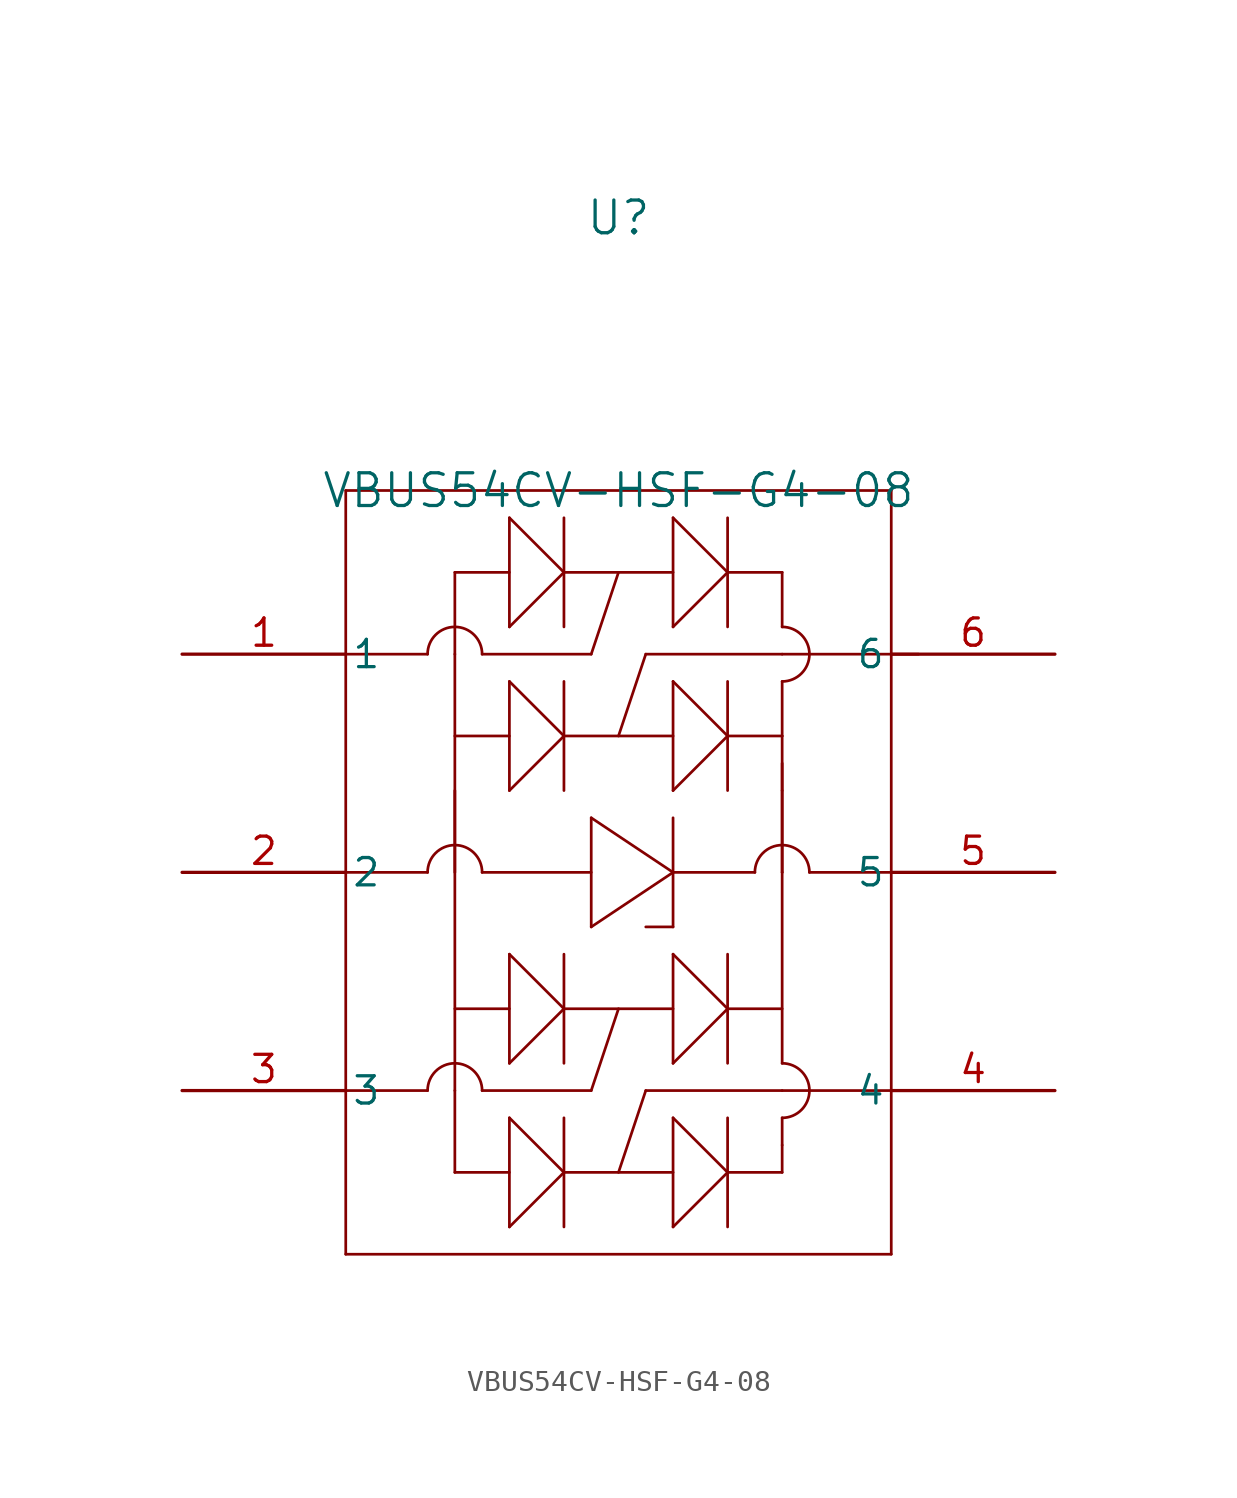
<source format=kicad_sym>
(kicad_symbol_lib
  (version 20211014)
  (generator kicad_symbol_editor)
  (symbol "VBUS54CV-HSF-G4-08"
    (pin_names
      (offset 0.254))
    (property "Reference" "U"
      (at 20.32 20.32 0)
      (effects (font (size 1.524 1.524))))
    (property "Value" "VBUS54CV-HSF-G4-08"
      (at 20.32 7.62 0)
      (effects (font (size 1.524 1.524))))
    (symbol "VBUS54CV-HSF-G4-08_0_1"
      (polyline (pts (xy 7.62 -10.16) (xy 7.62 -27.94)) (stroke (width 0.127) (type default) (color 0 0 0 0)) (fill (type none)))
      (polyline (pts (xy 7.62 -27.94) (xy 33.02 -27.94)) (stroke (width 0.127) (type default) (color 0 0 0 0)) (fill (type none)))
      (polyline (pts (xy 33.02 -27.94) (xy 33.02 -10.16)) (stroke (width 0.127) (type default) (color 0 0 0 0)) (fill (type none)))
      (polyline (pts (xy 33.02 7.62) (xy 7.62 7.62)) (stroke (width 0.127) (type default) (color 0 0 0 0)) (fill (type none)))
      (polyline (pts (xy 7.62 -10.16) (xy 7.62 7.62)) (stroke (width 0.127) (type default) (color 0 0 0 0)) (fill (type none)))
      (polyline (pts (xy 33.02 -10.16) (xy 33.02 7.62)) (stroke (width 0.127) (type default) (color 0 0 0 0)) (fill (type none)))
      (polyline (pts (xy 7.62 0) (xy 11.43 0)) (stroke (width 0.127) (type default) (color 0 0 0 0)) (fill (type none)))
      (polyline (pts (xy 12.7 0) (xy 12.7 -20.32)) (stroke (width 0.127) (type default) (color 0 0 0 0)) (fill (type none)))
      (polyline (pts (xy 12.7 -20.32) (xy 12.7 -24.13)) (stroke (width 0.127) (type default) (color 0 0 0 0)) (fill (type none)))
      (polyline (pts (xy 12.7 -24.13) (xy 15.24 -24.13)) (stroke (width 0.127) (type default) (color 0 0 0 0)) (fill (type none)))
      (polyline (pts (xy 15.24 -26.67) (xy 15.24 -21.59)) (stroke (width 0.127) (type default) (color 0 0 0 0)) (fill (type none)))
      (polyline (pts (xy 17.78 -24.13) (xy 15.24 -21.59)) (stroke (width 0.127) (type default) (color 0 0 0 0)) (fill (type none)))
      (polyline (pts (xy 15.24 -26.67) (xy 17.78 -24.13)) (stroke (width 0.127) (type default) (color 0 0 0 0)) (fill (type none)))
      (polyline (pts (xy 17.78 -26.67) (xy 17.78 -21.59)) (stroke (width 0.127) (type default) (color 0 0 0 0)) (fill (type none)))
      (polyline (pts (xy 17.78 -24.13) (xy 22.86 -24.13)) (stroke (width 0.127) (type default) (color 0 0 0 0)) (fill (type none)))
      (polyline (pts (xy 22.86 -26.67) (xy 22.86 -21.59)) (stroke (width 0.127) (type default) (color 0 0 0 0)) (fill (type none)))
      (polyline (pts (xy 22.86 -21.59) (xy 25.4 -24.13)) (stroke (width 0.127) (type default) (color 0 0 0 0)) (fill (type none)))
      (polyline (pts (xy 22.86 -26.67) (xy 25.4 -24.13)) (stroke (width 0.127) (type default) (color 0 0 0 0)) (fill (type none)))
      (polyline (pts (xy 25.4 -26.67) (xy 25.4 -21.59)) (stroke (width 0.127) (type default) (color 0 0 0 0)) (fill (type none)))
      (polyline (pts (xy 25.4 -24.13) (xy 27.94 -24.13)) (stroke (width 0.127) (type default) (color 0 0 0 0)) (fill (type none)))
      (polyline (pts (xy 27.94 -22.86) (xy 27.94 -21.59)) (stroke (width 0.127) (type default) (color 0 0 0 0)) (fill (type none)))
      (polyline (pts (xy 27.94 -20.32) (xy 33.02 -20.32)) (stroke (width 0.127) (type default) (color 0 0 0 0)) (fill (type none)))
      (polyline (pts (xy 27.94 -22.86) (xy 27.94 -24.13)) (stroke (width 0.127) (type default) (color 0 0 0 0)) (fill (type none)))
      (polyline (pts (xy 27.94 -20.32) (xy 21.59 -20.32)) (stroke (width 0.127) (type default) (color 0 0 0 0)) (fill (type none)))
      (polyline (pts (xy 21.59 -20.32) (xy 20.32 -24.13)) (stroke (width 0.127) (type default) (color 0 0 0 0)) (fill (type none)))
      (arc (start 27.94 -21.59) (mid 29.21 -20.32) (end 27.94 -19.05) (stroke (width 0.127) (type default) (color 0 0 0 0)) (fill (type none)))
      (polyline (pts (xy 27.94 0) (xy 21.59 0)) (stroke (width 0.127) (type default) (color 0 0 0 0)) (fill (type none)))
      (polyline (pts (xy 21.59 0) (xy 20.32 -3.81)) (stroke (width 0.127) (type default) (color 0 0 0 0)) (fill (type none)))
      (polyline (pts (xy 12.7 -3.81) (xy 15.24 -3.81)) (stroke (width 0.127) (type default) (color 0 0 0 0)) (fill (type none)))
      (polyline (pts (xy 15.24 -6.35) (xy 15.24 -1.27)) (stroke (width 0.127) (type default) (color 0 0 0 0)) (fill (type none)))
      (polyline (pts (xy 17.78 -3.81) (xy 15.24 -1.27)) (stroke (width 0.127) (type default) (color 0 0 0 0)) (fill (type none)))
      (polyline (pts (xy 15.24 -6.35) (xy 17.78 -3.81)) (stroke (width 0.127) (type default) (color 0 0 0 0)) (fill (type none)))
      (polyline (pts (xy 17.78 -6.35) (xy 17.78 -1.27)) (stroke (width 0.127) (type default) (color 0 0 0 0)) (fill (type none)))
      (polyline (pts (xy 17.78 -3.81) (xy 22.86 -3.81)) (stroke (width 0.127) (type default) (color 0 0 0 0)) (fill (type none)))
      (polyline (pts (xy 22.86 -6.35) (xy 22.86 -1.27)) (stroke (width 0.127) (type default) (color 0 0 0 0)) (fill (type none)))
      (polyline (pts (xy 22.86 -1.27) (xy 25.4 -3.81)) (stroke (width 0.127) (type default) (color 0 0 0 0)) (fill (type none)))
      (polyline (pts (xy 22.86 -6.35) (xy 25.4 -3.81)) (stroke (width 0.127) (type default) (color 0 0 0 0)) (fill (type none)))
      (polyline (pts (xy 25.4 -6.35) (xy 25.4 -1.27)) (stroke (width 0.127) (type default) (color 0 0 0 0)) (fill (type none)))
      (polyline (pts (xy 25.4 -3.81) (xy 27.94 -3.81)) (stroke (width 0.127) (type default) (color 0 0 0 0)) (fill (type none)))
      (arc (start 27.94 -1.27) (mid 29.21 0) (end 27.94 1.27) (stroke (width 0.127) (type default) (color 0 0 0 0)) (fill (type none)))
      (polyline (pts (xy 27.94 -1.27) (xy 27.94 -3.81)) (stroke (width 0.127) (type default) (color 0 0 0 0)) (fill (type none)))
      (polyline (pts (xy 27.94 0) (xy 34.29 0)) (stroke (width 0.127) (type default) (color 0 0 0 0)) (fill (type none)))
      (polyline (pts (xy 33.02 -10.16) (xy 29.21 -10.16)) (stroke (width 0.127) (type default) (color 0 0 0 0)) (fill (type none)))
      (polyline (pts (xy 27.94 -10.16) (xy 27.94 -19.05)) (stroke (width 0.127) (type default) (color 0 0 0 0)) (fill (type none)))
      (polyline (pts (xy 27.94 -10.16) (xy 27.94 -5.08)) (stroke (width 0.127) (type default) (color 0 0 0 0)) (fill (type none)))
      (polyline (pts (xy 27.94 -6.35) (xy 27.94 -3.81)) (stroke (width 0.127) (type default) (color 0 0 0 0)) (fill (type none)))
      (polyline (pts (xy 26.67 -10.16) (xy 22.86 -10.16)) (stroke (width 0.127) (type default) (color 0 0 0 0)) (fill (type none)))
      (polyline (pts (xy 22.86 -10.16) (xy 22.86 -7.62)) (stroke (width 0.127) (type default) (color 0 0 0 0)) (fill (type none)))
      (polyline (pts (xy 22.86 -10.16) (xy 22.86 -12.7)) (stroke (width 0.127) (type default) (color 0 0 0 0)) (fill (type none)))
      (polyline (pts (xy 22.86 -10.16) (xy 19.05 -7.62)) (stroke (width 0.127) (type default) (color 0 0 0 0)) (fill (type none)))
      (polyline (pts (xy 19.05 -7.62) (xy 19.05 -12.7)) (stroke (width 0.127) (type default) (color 0 0 0 0)) (fill (type none)))
      (polyline (pts (xy 19.05 -12.7) (xy 22.86 -10.16)) (stroke (width 0.127) (type default) (color 0 0 0 0)) (fill (type none)))
      (polyline (pts (xy 19.05 -10.16) (xy 13.97 -10.16)) (stroke (width 0.127) (type default) (color 0 0 0 0)) (fill (type none)))
      (arc (start 29.21 -10.16) (mid 27.94 -8.89) (end 26.67 -10.16) (stroke (width 0.127) (type default) (color 0 0 0 0)) (fill (type none)))
      (polyline (pts (xy 22.86 -12.7) (xy 21.59 -12.7)) (stroke (width 0.127) (type default) (color 0 0 0 0)) (fill (type none)))
      (polyline (pts (xy 17.78 -16.51) (xy 22.86 -16.51)) (stroke (width 0.127) (type default) (color 0 0 0 0)) (fill (type none)))
      (polyline (pts (xy 22.86 -19.05) (xy 22.86 -13.97)) (stroke (width 0.127) (type default) (color 0 0 0 0)) (fill (type none)))
      (polyline (pts (xy 22.86 -13.97) (xy 25.4 -16.51)) (stroke (width 0.127) (type default) (color 0 0 0 0)) (fill (type none)))
      (polyline (pts (xy 22.86 -19.05) (xy 25.4 -16.51)) (stroke (width 0.127) (type default) (color 0 0 0 0)) (fill (type none)))
      (polyline (pts (xy 25.4 -19.05) (xy 25.4 -13.97)) (stroke (width 0.127) (type default) (color 0 0 0 0)) (fill (type none)))
      (polyline (pts (xy 25.4 -16.51) (xy 27.94 -16.51)) (stroke (width 0.127) (type default) (color 0 0 0 0)) (fill (type none)))
      (polyline (pts (xy 12.7 -16.51) (xy 15.24 -16.51)) (stroke (width 0.127) (type default) (color 0 0 0 0)) (fill (type none)))
      (polyline (pts (xy 15.24 -19.05) (xy 15.24 -13.97)) (stroke (width 0.127) (type default) (color 0 0 0 0)) (fill (type none)))
      (polyline (pts (xy 17.78 -16.51) (xy 15.24 -13.97)) (stroke (width 0.127) (type default) (color 0 0 0 0)) (fill (type none)))
      (polyline (pts (xy 15.24 -19.05) (xy 17.78 -16.51)) (stroke (width 0.127) (type default) (color 0 0 0 0)) (fill (type none)))
      (polyline (pts (xy 17.78 -19.05) (xy 17.78 -13.97)) (stroke (width 0.127) (type default) (color 0 0 0 0)) (fill (type none)))
      (arc (start 13.97 -20.32) (mid 12.7 -19.05) (end 11.43 -20.32) (stroke (width 0.127) (type default) (color 0 0 0 0)) (fill (type none)))
      (arc (start 13.97 0) (mid 12.7 1.27) (end 11.43 0) (stroke (width 0.127) (type default) (color 0 0 0 0)) (fill (type none)))
      (polyline (pts (xy 7.62 -20.32) (xy 11.43 -20.32)) (stroke (width 0.127) (type default) (color 0 0 0 0)) (fill (type none)))
      (polyline (pts (xy 19.05 -20.32) (xy 20.32 -16.51)) (stroke (width 0.127) (type default) (color 0 0 0 0)) (fill (type none)))
      (polyline (pts (xy 13.97 -20.32) (xy 19.05 -20.32)) (stroke (width 0.127) (type default) (color 0 0 0 0)) (fill (type none)))
      (polyline (pts (xy 12.7 3.81) (xy 15.24 3.81)) (stroke (width 0.127) (type default) (color 0 0 0 0)) (fill (type none)))
      (polyline (pts (xy 15.24 6.35) (xy 15.24 1.27)) (stroke (width 0.127) (type default) (color 0 0 0 0)) (fill (type none)))
      (polyline (pts (xy 17.78 3.81) (xy 15.24 1.27)) (stroke (width 0.127) (type default) (color 0 0 0 0)) (fill (type none)))
      (polyline (pts (xy 15.24 6.35) (xy 17.78 3.81)) (stroke (width 0.127) (type default) (color 0 0 0 0)) (fill (type none)))
      (polyline (pts (xy 17.78 6.35) (xy 17.78 1.27)) (stroke (width 0.127) (type default) (color 0 0 0 0)) (fill (type none)))
      (polyline (pts (xy 17.78 3.81) (xy 22.86 3.81)) (stroke (width 0.127) (type default) (color 0 0 0 0)) (fill (type none)))
      (polyline (pts (xy 22.86 6.35) (xy 22.86 1.27)) (stroke (width 0.127) (type default) (color 0 0 0 0)) (fill (type none)))
      (polyline (pts (xy 22.86 1.27) (xy 25.4 3.81)) (stroke (width 0.127) (type default) (color 0 0 0 0)) (fill (type none)))
      (polyline (pts (xy 22.86 6.35) (xy 25.4 3.81)) (stroke (width 0.127) (type default) (color 0 0 0 0)) (fill (type none)))
      (polyline (pts (xy 25.4 6.35) (xy 25.4 1.27)) (stroke (width 0.127) (type default) (color 0 0 0 0)) (fill (type none)))
      (polyline (pts (xy 25.4 3.81) (xy 27.94 3.81)) (stroke (width 0.127) (type default) (color 0 0 0 0)) (fill (type none)))
      (polyline (pts (xy 13.97 0) (xy 19.05 0)) (stroke (width 0.127) (type default) (color 0 0 0 0)) (fill (type none)))
      (polyline (pts (xy 19.05 0) (xy 20.32 3.81)) (stroke (width 0.127) (type default) (color 0 0 0 0)) (fill (type none)))
      (polyline (pts (xy 12.7 0) (xy 12.7 3.81)) (stroke (width 0.127) (type default) (color 0 0 0 0)) (fill (type none)))
      (polyline (pts (xy 27.94 3.81) (xy 27.94 1.27)) (stroke (width 0.127) (type default) (color 0 0 0 0)) (fill (type none)))
      (polyline (pts (xy 11.43 -10.16) (xy 6.35 -10.16)) (stroke (width 0.127) (type default) (color 0 0 0 0)) (fill (type none)))
      (arc (start 13.97 -10.16) (mid 12.7 -8.89) (end 11.43 -10.16) (stroke (width 0.127) (type default) (color 0 0 0 0)) (fill (type none)))
      (polyline (pts (xy 12.7 -10.16) (xy 12.7 -6.35)) (stroke (width 0.127) (type default) (color 0 0 0 0)) (fill (type none)))
      (polyline (pts (xy 27.94 -10.16) (xy 27.94 -6.35)) (stroke (width 0.127) (type default) (color 0 0 0 0)) (fill (type none)))
      (pin unspecified line (at 0 0 0) (length 7.62) (name "1" (effects (font (size 1.27 1.27)))) (number "1" (effects (font (size 1.27 1.27)))))
      (pin unspecified line (at 0 -10.16 0) (length 7.62) (name "2" (effects (font (size 1.27 1.27)))) (number "2" (effects (font (size 1.27 1.27)))))
      (pin unspecified line (at 0 -20.32 0) (length 7.62) (name "3" (effects (font (size 1.27 1.27)))) (number "3" (effects (font (size 1.27 1.27)))))
      (pin unspecified line (at 40.64 -20.32 180) (length 7.62) (name "4" (effects (font (size 1.27 1.27)))) (number "4" (effects (font (size 1.27 1.27)))))
      (pin unspecified line (at 40.64 -10.16 180) (length 7.62) (name "5" (effects (font (size 1.27 1.27)))) (number "5" (effects (font (size 1.27 1.27)))))
      (pin unspecified line (at 40.64 0 180) (length 7.62) (name "6" (effects (font (size 1.27 1.27)))) (number "6" (effects (font (size 1.27 1.27))))))))
</source>
